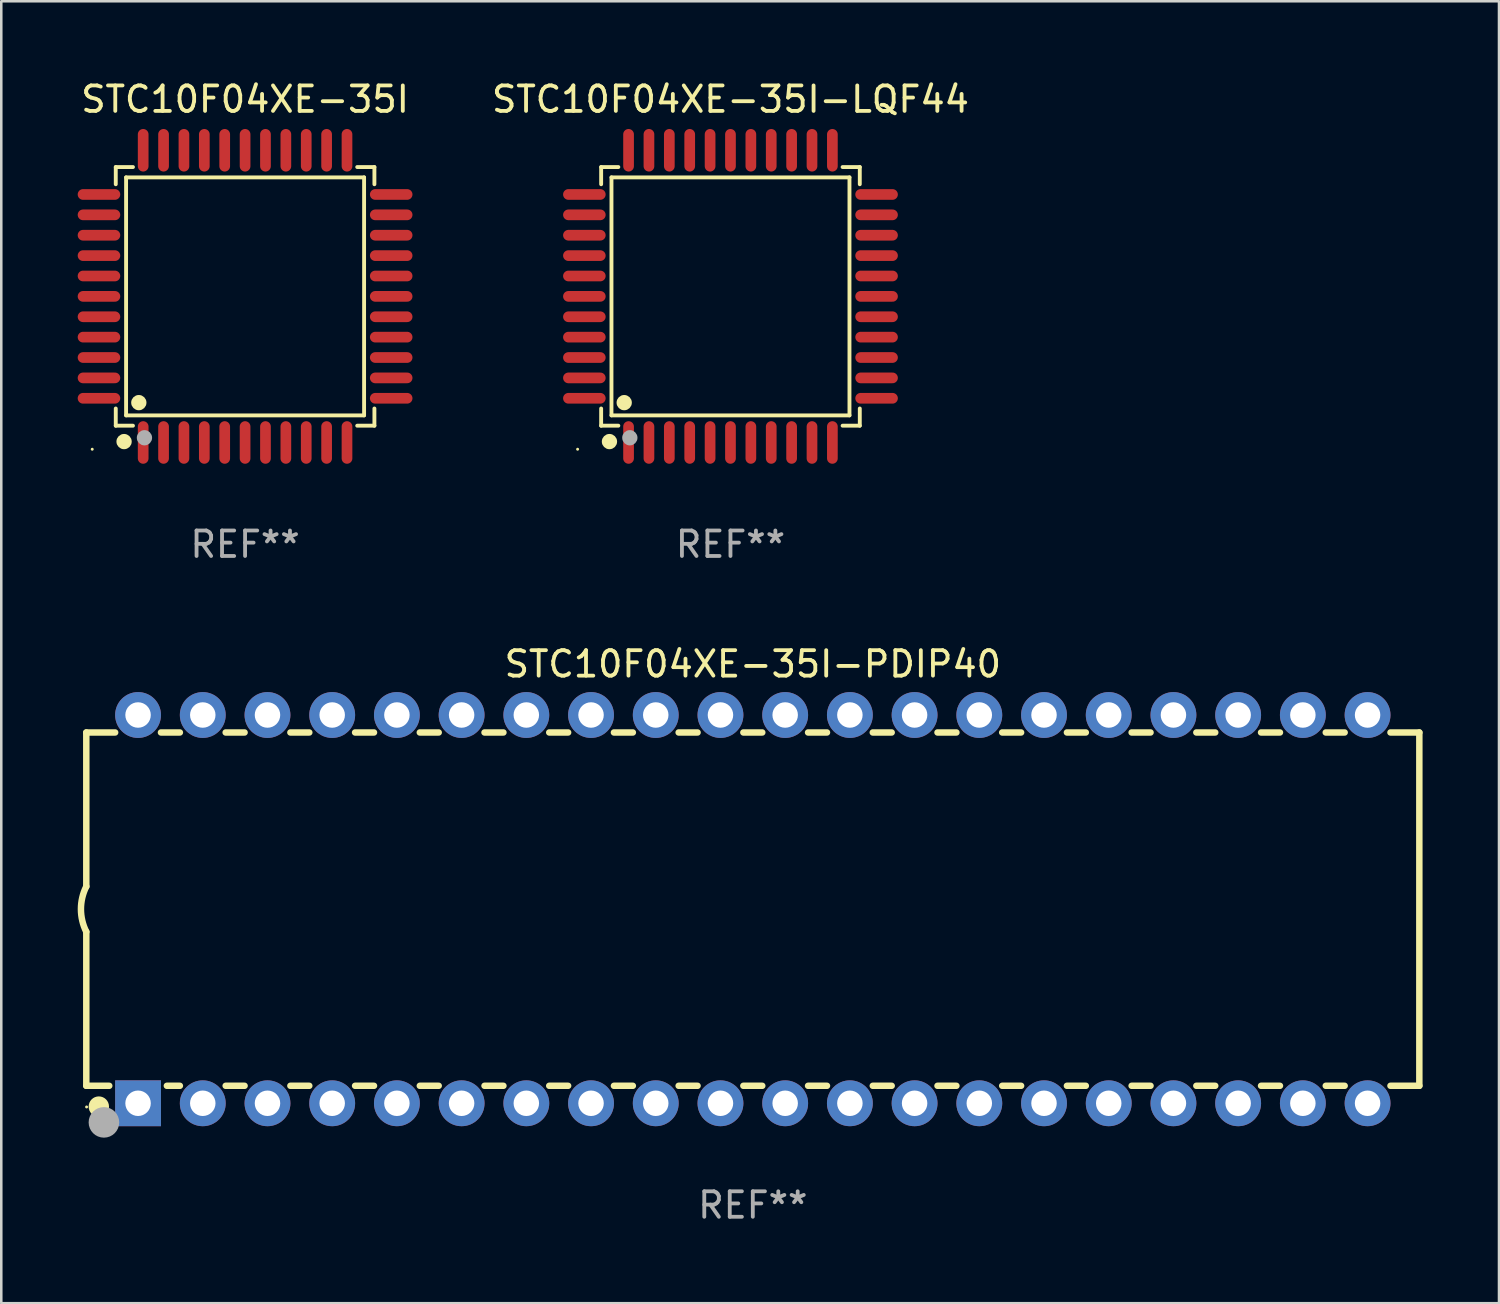
<source format=kicad_pcb>
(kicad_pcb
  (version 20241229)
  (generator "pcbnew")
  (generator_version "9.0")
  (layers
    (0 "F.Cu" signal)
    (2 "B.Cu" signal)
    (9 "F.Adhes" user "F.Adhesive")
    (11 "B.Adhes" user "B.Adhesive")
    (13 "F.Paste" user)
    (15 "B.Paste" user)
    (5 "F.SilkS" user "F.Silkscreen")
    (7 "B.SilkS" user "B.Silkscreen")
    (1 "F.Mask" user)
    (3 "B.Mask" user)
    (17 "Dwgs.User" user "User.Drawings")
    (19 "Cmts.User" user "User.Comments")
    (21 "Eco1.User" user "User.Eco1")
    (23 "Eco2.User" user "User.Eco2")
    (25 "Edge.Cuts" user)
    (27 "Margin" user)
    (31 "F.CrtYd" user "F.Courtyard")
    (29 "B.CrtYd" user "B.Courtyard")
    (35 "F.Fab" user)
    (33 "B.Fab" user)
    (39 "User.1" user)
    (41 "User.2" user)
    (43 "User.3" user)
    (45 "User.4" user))
  (footprint "STC10F04XE-35I-PDIP40"
    (layer "F.Cu")
    (at 26.499 32.635)
    (property "Reference" "STC10F04XE-35I-PDIP40" (at 0 -9.62 0) (layer "F.SilkS") (effects (font (size 1 1) (thickness 0.15))))
    (attr through_hole)
    (fp_line (start -26.162 -6.934) (end -26.162 -0.889) (stroke (width 0.254) (type solid)) (layer "F.SilkS"))
    (fp_line (start -26.162 -6.934) (end -25.029 -6.934) (stroke (width 0.254) (type solid)) (layer "F.SilkS"))
    (fp_line (start -26.162 6.934) (end -26.162 0.889) (stroke (width 0.254) (type solid)) (layer "F.SilkS"))
    (fp_line (start -26.162 6.934) (end -25.261 6.934) (stroke (width 0.254) (type solid)) (layer "F.SilkS"))
    (fp_line (start -23.231 -6.934) (end -22.489 -6.934) (stroke (width 0.254) (type solid)) (layer "F.SilkS"))
    (fp_line (start -22.999 6.934) (end -22.489 6.934) (stroke (width 0.254) (type solid)) (layer "F.SilkS"))
    (fp_line (start -20.691 -6.934) (end -19.949 -6.934) (stroke (width 0.254) (type solid)) (layer "F.SilkS"))
    (fp_line (start -20.691 6.934) (end -19.949 6.934) (stroke (width 0.254) (type solid)) (layer "F.SilkS"))
    (fp_line (start -18.151 -6.934) (end -17.409 -6.934) (stroke (width 0.254) (type solid)) (layer "F.SilkS"))
    (fp_line (start -18.151 6.934) (end -17.409 6.934) (stroke (width 0.254) (type solid)) (layer "F.SilkS"))
    (fp_line (start -15.611 -6.934) (end -14.869 -6.934) (stroke (width 0.254) (type solid)) (layer "F.SilkS"))
    (fp_line (start -15.611 6.934) (end -14.869 6.934) (stroke (width 0.254) (type solid)) (layer "F.SilkS"))
    (fp_line (start -13.071 -6.934) (end -12.329 -6.934) (stroke (width 0.254) (type solid)) (layer "F.SilkS"))
    (fp_line (start -13.071 6.934) (end -12.329 6.934) (stroke (width 0.254) (type solid)) (layer "F.SilkS"))
    (fp_line (start -10.531 -6.934) (end -9.789 -6.934) (stroke (width 0.254) (type solid)) (layer "F.SilkS"))
    (fp_line (start -10.531 6.934) (end -9.789 6.934) (stroke (width 0.254) (type solid)) (layer "F.SilkS"))
    (fp_line (start -7.991 -6.934) (end -7.249 -6.934) (stroke (width 0.254) (type solid)) (layer "F.SilkS"))
    (fp_line (start -7.991 6.934) (end -7.249 6.934) (stroke (width 0.254) (type solid)) (layer "F.SilkS"))
    (fp_line (start -5.451 -6.934) (end -4.709 -6.934) (stroke (width 0.254) (type solid)) (layer "F.SilkS"))
    (fp_line (start -5.451 6.934) (end -4.709 6.934) (stroke (width 0.254) (type solid)) (layer "F.SilkS"))
    (fp_line (start -2.911 -6.934) (end -2.169 -6.934) (stroke (width 0.254) (type solid)) (layer "F.SilkS"))
    (fp_line (start -2.911 6.934) (end -2.169 6.934) (stroke (width 0.254) (type solid)) (layer "F.SilkS"))
    (fp_line (start -0.371 -6.934) (end 0.371 -6.934) (stroke (width 0.254) (type solid)) (layer "F.SilkS"))
    (fp_line (start -0.371 6.934) (end 0.371 6.934) (stroke (width 0.254) (type solid)) (layer "F.SilkS"))
    (fp_line (start 2.169 -6.934) (end 2.911 -6.934) (stroke (width 0.254) (type solid)) (layer "F.SilkS"))
    (fp_line (start 2.169 6.934) (end 2.911 6.934) (stroke (width 0.254) (type solid)) (layer "F.SilkS"))
    (fp_line (start 4.709 -6.934) (end 5.451 -6.934) (stroke (width 0.254) (type solid)) (layer "F.SilkS"))
    (fp_line (start 4.709 6.934) (end 5.451 6.934) (stroke (width 0.254) (type solid)) (layer "F.SilkS"))
    (fp_line (start 7.249 -6.934) (end 7.991 -6.934) (stroke (width 0.254) (type solid)) (layer "F.SilkS"))
    (fp_line (start 7.249 6.934) (end 7.991 6.934) (stroke (width 0.254) (type solid)) (layer "F.SilkS"))
    (fp_line (start 9.789 -6.934) (end 10.531 -6.934) (stroke (width 0.254) (type solid)) (layer "F.SilkS"))
    (fp_line (start 9.789 6.934) (end 10.531 6.934) (stroke (width 0.254) (type solid)) (layer "F.SilkS"))
    (fp_line (start 12.329 -6.934) (end 13.071 -6.934) (stroke (width 0.254) (type solid)) (layer "F.SilkS"))
    (fp_line (start 12.329 6.934) (end 13.071 6.934) (stroke (width 0.254) (type solid)) (layer "F.SilkS"))
    (fp_line (start 14.869 -6.934) (end 15.611 -6.934) (stroke (width 0.254) (type solid)) (layer "F.SilkS"))
    (fp_line (start 14.869 6.934) (end 15.611 6.934) (stroke (width 0.254) (type solid)) (layer "F.SilkS"))
    (fp_line (start 17.409 -6.934) (end 18.151 -6.934) (stroke (width 0.254) (type solid)) (layer "F.SilkS"))
    (fp_line (start 17.409 6.934) (end 18.151 6.934) (stroke (width 0.254) (type solid)) (layer "F.SilkS"))
    (fp_line (start 19.949 -6.934) (end 20.691 -6.934) (stroke (width 0.254) (type solid)) (layer "F.SilkS"))
    (fp_line (start 19.949 6.934) (end 20.691 6.934) (stroke (width 0.254) (type solid)) (layer "F.SilkS"))
    (fp_line (start 22.489 -6.934) (end 23.231 -6.934) (stroke (width 0.254) (type solid)) (layer "F.SilkS"))
    (fp_line (start 22.489 6.934) (end 23.231 6.934) (stroke (width 0.254) (type solid)) (layer "F.SilkS"))
    (fp_line (start 25.029 -6.934) (end 26.162 -6.934) (stroke (width 0.254) (type solid)) (layer "F.SilkS"))
    (fp_line (start 25.029 6.934) (end 26.162 6.934) (stroke (width 0.254) (type solid)) (layer "F.SilkS"))
    (fp_line (start 26.162 -6.934) (end 26.162 6.934) (stroke (width 0.254) (type solid)) (layer "F.SilkS"))
    (fp_arc (start -26.162052 0.889001) (mid -26.371917 0) (end -26.162052 -0.889002) (stroke (width 0.254001) (type solid)) (layer "F.SilkS"))
    (fp_circle (center -26.15 7.765) (end -26.12 7.765) (stroke (width 0.06) (type solid)) (fill no) (layer "F.SilkS"))
    (fp_circle (center -25.67 7.75) (end -25.47 7.75) (stroke (width 0.4) (type solid)) (fill no) (layer "F.SilkS"))
    (fp_circle (center -25.47 8.37) (end -25.17 8.37) (stroke (width 0.6) (type solid)) (fill no) (layer "F.Fab"))
    (fp_text user "REF**" (at 0 11.62 0) (layer "F.Fab") (effects (font (size 1 1) (thickness 0.15))))
    (pad "1" thru_hole rect (at -24.13 7.62) (size 1.8 1.8) (drill 1) (layers "*.Cu" "*.Mask"))
    (pad "2" thru_hole circle (at -21.59 7.62) (size 1.8 1.8) (drill 1) (layers "*.Cu" "*.Mask"))
    (pad "3" thru_hole circle (at -19.05 7.62) (size 1.8 1.8) (drill 1) (layers "*.Cu" "*.Mask"))
    (pad "4" thru_hole circle (at -16.51 7.62) (size 1.8 1.8) (drill 1) (layers "*.Cu" "*.Mask"))
    (pad "5" thru_hole circle (at -13.97 7.62) (size 1.8 1.8) (drill 1) (layers "*.Cu" "*.Mask"))
    (pad "6" thru_hole circle (at -11.43 7.62) (size 1.8 1.8) (drill 1) (layers "*.Cu" "*.Mask"))
    (pad "7" thru_hole circle (at -8.89 7.62) (size 1.8 1.8) (drill 1) (layers "*.Cu" "*.Mask"))
    (pad "8" thru_hole circle (at -6.35 7.62) (size 1.8 1.8) (drill 1) (layers "*.Cu" "*.Mask"))
    (pad "9" thru_hole circle (at -3.81 7.62) (size 1.8 1.8) (drill 1) (layers "*.Cu" "*.Mask"))
    (pad "10" thru_hole circle (at -1.27 7.62) (size 1.8 1.8) (drill 1) (layers "*.Cu" "*.Mask"))
    (pad "11" thru_hole circle (at 1.27 7.62) (size 1.8 1.8) (drill 1) (layers "*.Cu" "*.Mask"))
    (pad "12" thru_hole circle (at 3.81 7.62) (size 1.8 1.8) (drill 1) (layers "*.Cu" "*.Mask"))
    (pad "13" thru_hole circle (at 6.35 7.62) (size 1.8 1.8) (drill 1) (layers "*.Cu" "*.Mask"))
    (pad "14" thru_hole circle (at 8.89 7.62) (size 1.8 1.8) (drill 1) (layers "*.Cu" "*.Mask"))
    (pad "15" thru_hole circle (at 11.43 7.62) (size 1.8 1.8) (drill 1) (layers "*.Cu" "*.Mask"))
    (pad "16" thru_hole circle (at 13.97 7.62) (size 1.8 1.8) (drill 1) (layers "*.Cu" "*.Mask"))
    (pad "17" thru_hole circle (at 16.51 7.62) (size 1.8 1.8) (drill 1) (layers "*.Cu" "*.Mask"))
    (pad "18" thru_hole circle (at 19.05 7.62) (size 1.8 1.8) (drill 1) (layers "*.Cu" "*.Mask"))
    (pad "19" thru_hole circle (at 21.59 7.62) (size 1.8 1.8) (drill 1) (layers "*.Cu" "*.Mask"))
    (pad "20" thru_hole circle (at 24.13 7.62) (size 1.8 1.8) (drill 1) (layers "*.Cu" "*.Mask"))
    (pad "21" thru_hole circle (at 24.13 -7.62) (size 1.8 1.8) (drill 1) (layers "*.Cu" "*.Mask"))
    (pad "22" thru_hole circle (at 21.59 -7.62) (size 1.8 1.8) (drill 1) (layers "*.Cu" "*.Mask"))
    (pad "23" thru_hole circle (at 19.05 -7.62) (size 1.8 1.8) (drill 1) (layers "*.Cu" "*.Mask"))
    (pad "24" thru_hole circle (at 16.51 -7.62) (size 1.8 1.8) (drill 1) (layers "*.Cu" "*.Mask"))
    (pad "25" thru_hole circle (at 13.97 -7.62) (size 1.8 1.8) (drill 1) (layers "*.Cu" "*.Mask"))
    (pad "26" thru_hole circle (at 11.43 -7.62) (size 1.8 1.8) (drill 1) (layers "*.Cu" "*.Mask"))
    (pad "27" thru_hole circle (at 8.89 -7.62) (size 1.8 1.8) (drill 1) (layers "*.Cu" "*.Mask"))
    (pad "28" thru_hole circle (at 6.35 -7.62) (size 1.8 1.8) (drill 1) (layers "*.Cu" "*.Mask"))
    (pad "29" thru_hole circle (at 3.81 -7.62) (size 1.8 1.8) (drill 1) (layers "*.Cu" "*.Mask"))
    (pad "30" thru_hole circle (at 1.27 -7.62) (size 1.8 1.8) (drill 1) (layers "*.Cu" "*.Mask"))
    (pad "31" thru_hole circle (at -1.27 -7.62) (size 1.8 1.8) (drill 1) (layers "*.Cu" "*.Mask"))
    (pad "32" thru_hole circle (at -3.81 -7.62) (size 1.8 1.8) (drill 1) (layers "*.Cu" "*.Mask"))
    (pad "33" thru_hole circle (at -6.35 -7.62) (size 1.8 1.8) (drill 1) (layers "*.Cu" "*.Mask"))
    (pad "34" thru_hole circle (at -8.89 -7.62) (size 1.8 1.8) (drill 1) (layers "*.Cu" "*.Mask"))
    (pad "35" thru_hole circle (at -11.43 -7.62) (size 1.8 1.8) (drill 1) (layers "*.Cu" "*.Mask"))
    (pad "36" thru_hole circle (at -13.97 -7.62) (size 1.8 1.8) (drill 1) (layers "*.Cu" "*.Mask"))
    (pad "37" thru_hole circle (at -16.51 -7.62) (size 1.8 1.8) (drill 1) (layers "*.Cu" "*.Mask"))
    (pad "38" thru_hole circle (at -19.05 -7.62) (size 1.8 1.8) (drill 1) (layers "*.Cu" "*.Mask"))
    (pad "39" thru_hole circle (at -21.59 -7.62) (size 1.8 1.8) (drill 1) (layers "*.Cu" "*.Mask"))
    (pad "40" thru_hole circle (at -24.13 -7.62) (size 1.8 1.8) (drill 1) (layers "*.Cu" "*.Mask")))
  (footprint "STC10F04XE-35I"
    (layer "F.Cu")
    (at 6.57 8.583)
    (property "Reference" "STC10F04XE-35I" (at 0 -7.735 0) (layer "F.SilkS") (effects (font (size 1 1) (thickness 0.15))))
    (attr through_hole)
    (fp_line (start -5.076 -5.076) (end -4.401 -5.076) (stroke (width 0.152) (type solid)) (layer "F.SilkS"))
    (fp_line (start -5.076 -4.401) (end -5.076 -5.076) (stroke (width 0.152) (type solid)) (layer "F.SilkS"))
    (fp_line (start -5.076 4.401) (end -5.076 5.076) (stroke (width 0.152) (type solid)) (layer "F.SilkS"))
    (fp_line (start -5.076 5.076) (end -4.401 5.076) (stroke (width 0.152) (type solid)) (layer "F.SilkS"))
    (fp_line (start -4.671 -4.671) (end 4.671 -4.671) (stroke (width 0.152) (type solid)) (layer "F.SilkS"))
    (fp_line (start -4.671 4.671) (end -4.671 -4.671) (stroke (width 0.152) (type solid)) (layer "F.SilkS"))
    (fp_line (start 4.671 -4.671) (end 4.671 4.671) (stroke (width 0.152) (type solid)) (layer "F.SilkS"))
    (fp_line (start 4.671 4.671) (end -4.671 4.671) (stroke (width 0.152) (type solid)) (layer "F.SilkS"))
    (fp_line (start 5.076 -5.076) (end 4.401 -5.076) (stroke (width 0.152) (type solid)) (layer "F.SilkS"))
    (fp_line (start 5.076 -4.401) (end 5.076 -5.076) (stroke (width 0.152) (type solid)) (layer "F.SilkS"))
    (fp_line (start 5.076 4.401) (end 5.076 5.076) (stroke (width 0.152) (type solid)) (layer "F.SilkS"))
    (fp_line (start 5.076 5.076) (end 4.401 5.076) (stroke (width 0.152) (type solid)) (layer "F.SilkS"))
    (fp_circle (center -6 6) (end -5.97 6) (stroke (width 0.06) (type solid)) (fill no) (layer "F.SilkS"))
    (fp_circle (center -4.75 5.7) (end -4.6 5.7) (stroke (width 0.3) (type solid)) (fill no) (layer "F.SilkS"))
    (fp_circle (center -4.171 4.171) (end -4.021 4.171) (stroke (width 0.3) (type solid)) (fill no) (layer "F.SilkS"))
    (fp_circle (center -3.95 5.55) (end -3.8 5.55) (stroke (width 0.3) (type solid)) (fill no) (layer "F.Fab"))
    (fp_text user "REF**" (at 0 9.735 0) (layer "F.Fab") (effects (font (size 1 1) (thickness 0.15))))
    (pad "1" smd oval (at -4 5.735) (size 0.42 1.67) (layers "F.Cu" "F.Mask" "F.Paste"))
    (pad "2" smd oval (at -3.2 5.735) (size 0.42 1.67) (layers "F.Cu" "F.Mask" "F.Paste"))
    (pad "3" smd oval (at -2.4 5.735) (size 0.42 1.67) (layers "F.Cu" "F.Mask" "F.Paste"))
    (pad "4" smd oval (at -1.6 5.735) (size 0.42 1.67) (layers "F.Cu" "F.Mask" "F.Paste"))
    (pad "5" smd oval (at -0.8 5.735) (size 0.42 1.67) (layers "F.Cu" "F.Mask" "F.Paste"))
    (pad "6" smd oval (at 0 5.735) (size 0.42 1.67) (layers "F.Cu" "F.Mask" "F.Paste"))
    (pad "7" smd oval (at 0.8 5.735) (size 0.42 1.67) (layers "F.Cu" "F.Mask" "F.Paste"))
    (pad "8" smd oval (at 1.6 5.735) (size 0.42 1.67) (layers "F.Cu" "F.Mask" "F.Paste"))
    (pad "9" smd oval (at 2.4 5.735) (size 0.42 1.67) (layers "F.Cu" "F.Mask" "F.Paste"))
    (pad "10" smd oval (at 3.2 5.735) (size 0.42 1.67) (layers "F.Cu" "F.Mask" "F.Paste"))
    (pad "11" smd oval (at 4 5.735) (size 0.42 1.67) (layers "F.Cu" "F.Mask" "F.Paste"))
    (pad "12" smd oval (at 5.735 4) (size 1.67 0.42) (layers "F.Cu" "F.Mask" "F.Paste"))
    (pad "13" smd oval (at 5.735 3.2) (size 1.67 0.42) (layers "F.Cu" "F.Mask" "F.Paste"))
    (pad "14" smd oval (at 5.735 2.4) (size 1.67 0.42) (layers "F.Cu" "F.Mask" "F.Paste"))
    (pad "15" smd oval (at 5.735 1.6) (size 1.67 0.42) (layers "F.Cu" "F.Mask" "F.Paste"))
    (pad "16" smd oval (at 5.735 0.8) (size 1.67 0.42) (layers "F.Cu" "F.Mask" "F.Paste"))
    (pad "17" smd oval (at 5.735 0) (size 1.67 0.42) (layers "F.Cu" "F.Mask" "F.Paste"))
    (pad "18" smd oval (at 5.735 -0.8) (size 1.67 0.42) (layers "F.Cu" "F.Mask" "F.Paste"))
    (pad "19" smd oval (at 5.735 -1.6) (size 1.67 0.42) (layers "F.Cu" "F.Mask" "F.Paste"))
    (pad "20" smd oval (at 5.735 -2.4) (size 1.67 0.42) (layers "F.Cu" "F.Mask" "F.Paste"))
    (pad "21" smd oval (at 5.735 -3.2) (size 1.67 0.42) (layers "F.Cu" "F.Mask" "F.Paste"))
    (pad "22" smd oval (at 5.735 -4) (size 1.67 0.42) (layers "F.Cu" "F.Mask" "F.Paste"))
    (pad "23" smd oval (at 4 -5.735) (size 0.42 1.67) (layers "F.Cu" "F.Mask" "F.Paste"))
    (pad "24" smd oval (at 3.2 -5.735) (size 0.42 1.67) (layers "F.Cu" "F.Mask" "F.Paste"))
    (pad "25" smd oval (at 2.4 -5.735) (size 0.42 1.67) (layers "F.Cu" "F.Mask" "F.Paste"))
    (pad "26" smd oval (at 1.6 -5.735) (size 0.42 1.67) (layers "F.Cu" "F.Mask" "F.Paste"))
    (pad "27" smd oval (at 0.8 -5.735) (size 0.42 1.67) (layers "F.Cu" "F.Mask" "F.Paste"))
    (pad "28" smd oval (at 0 -5.735) (size 0.42 1.67) (layers "F.Cu" "F.Mask" "F.Paste"))
    (pad "29" smd oval (at -0.8 -5.735) (size 0.42 1.67) (layers "F.Cu" "F.Mask" "F.Paste"))
    (pad "30" smd oval (at -1.6 -5.735) (size 0.42 1.67) (layers "F.Cu" "F.Mask" "F.Paste"))
    (pad "31" smd oval (at -2.4 -5.735) (size 0.42 1.67) (layers "F.Cu" "F.Mask" "F.Paste"))
    (pad "32" smd oval (at -3.2 -5.735) (size 0.42 1.67) (layers "F.Cu" "F.Mask" "F.Paste"))
    (pad "33" smd oval (at -4 -5.735) (size 0.42 1.67) (layers "F.Cu" "F.Mask" "F.Paste"))
    (pad "34" smd oval (at -5.735 -4) (size 1.67 0.42) (layers "F.Cu" "F.Mask" "F.Paste"))
    (pad "35" smd oval (at -5.735 -3.2) (size 1.67 0.42) (layers "F.Cu" "F.Mask" "F.Paste"))
    (pad "36" smd oval (at -5.735 -2.4) (size 1.67 0.42) (layers "F.Cu" "F.Mask" "F.Paste"))
    (pad "37" smd oval (at -5.735 -1.6) (size 1.67 0.42) (layers "F.Cu" "F.Mask" "F.Paste"))
    (pad "38" smd oval (at -5.735 -0.8) (size 1.67 0.42) (layers "F.Cu" "F.Mask" "F.Paste"))
    (pad "39" smd oval (at -5.735 0) (size 1.67 0.42) (layers "F.Cu" "F.Mask" "F.Paste"))
    (pad "40" smd oval (at -5.735 0.8) (size 1.67 0.42) (layers "F.Cu" "F.Mask" "F.Paste"))
    (pad "41" smd oval (at -5.735 1.6) (size 1.67 0.42) (layers "F.Cu" "F.Mask" "F.Paste"))
    (pad "42" smd oval (at -5.735 2.4) (size 1.67 0.42) (layers "F.Cu" "F.Mask" "F.Paste"))
    (pad "43" smd oval (at -5.735 3.2) (size 1.67 0.42) (layers "F.Cu" "F.Mask" "F.Paste"))
    (pad "44" smd oval (at -5.735 4) (size 1.67 0.42) (layers "F.Cu" "F.Mask" "F.Paste")))
  (footprint "STC10F04XE-35I-LQF44"
    (layer "F.Cu")
    (at 25.622 8.583)
    (property "Reference" "STC10F04XE-35I-LQF44" (at 0 -7.735 0) (layer "F.SilkS") (effects (font (size 1 1) (thickness 0.15))))
    (attr through_hole)
    (fp_line (start -5.076 -5.076) (end -4.401 -5.076) (stroke (width 0.152) (type solid)) (layer "F.SilkS"))
    (fp_line (start -5.076 -4.401) (end -5.076 -5.076) (stroke (width 0.152) (type solid)) (layer "F.SilkS"))
    (fp_line (start -5.076 4.401) (end -5.076 5.076) (stroke (width 0.152) (type solid)) (layer "F.SilkS"))
    (fp_line (start -5.076 5.076) (end -4.401 5.076) (stroke (width 0.152) (type solid)) (layer "F.SilkS"))
    (fp_line (start -4.671 -4.671) (end 4.671 -4.671) (stroke (width 0.152) (type solid)) (layer "F.SilkS"))
    (fp_line (start -4.671 4.671) (end -4.671 -4.671) (stroke (width 0.152) (type solid)) (layer "F.SilkS"))
    (fp_line (start 4.671 -4.671) (end 4.671 4.671) (stroke (width 0.152) (type solid)) (layer "F.SilkS"))
    (fp_line (start 4.671 4.671) (end -4.671 4.671) (stroke (width 0.152) (type solid)) (layer "F.SilkS"))
    (fp_line (start 5.076 -5.076) (end 4.401 -5.076) (stroke (width 0.152) (type solid)) (layer "F.SilkS"))
    (fp_line (start 5.076 -4.401) (end 5.076 -5.076) (stroke (width 0.152) (type solid)) (layer "F.SilkS"))
    (fp_line (start 5.076 4.401) (end 5.076 5.076) (stroke (width 0.152) (type solid)) (layer "F.SilkS"))
    (fp_line (start 5.076 5.076) (end 4.401 5.076) (stroke (width 0.152) (type solid)) (layer "F.SilkS"))
    (fp_circle (center -6 6) (end -5.97 6) (stroke (width 0.06) (type solid)) (fill no) (layer "F.SilkS"))
    (fp_circle (center -4.75 5.7) (end -4.6 5.7) (stroke (width 0.3) (type solid)) (fill no) (layer "F.SilkS"))
    (fp_circle (center -4.171 4.171) (end -4.021 4.171) (stroke (width 0.3) (type solid)) (fill no) (layer "F.SilkS"))
    (fp_circle (center -3.95 5.55) (end -3.8 5.55) (stroke (width 0.3) (type solid)) (fill no) (layer "F.Fab"))
    (fp_text user "REF**" (at 0 9.735 0) (layer "F.Fab") (effects (font (size 1 1) (thickness 0.15))))
    (pad "1" smd oval (at -4 5.735) (size 0.42 1.67) (layers "F.Cu" "F.Mask" "F.Paste"))
    (pad "2" smd oval (at -3.2 5.735) (size 0.42 1.67) (layers "F.Cu" "F.Mask" "F.Paste"))
    (pad "3" smd oval (at -2.4 5.735) (size 0.42 1.67) (layers "F.Cu" "F.Mask" "F.Paste"))
    (pad "4" smd oval (at -1.6 5.735) (size 0.42 1.67) (layers "F.Cu" "F.Mask" "F.Paste"))
    (pad "5" smd oval (at -0.8 5.735) (size 0.42 1.67) (layers "F.Cu" "F.Mask" "F.Paste"))
    (pad "6" smd oval (at 0 5.735) (size 0.42 1.67) (layers "F.Cu" "F.Mask" "F.Paste"))
    (pad "7" smd oval (at 0.8 5.735) (size 0.42 1.67) (layers "F.Cu" "F.Mask" "F.Paste"))
    (pad "8" smd oval (at 1.6 5.735) (size 0.42 1.67) (layers "F.Cu" "F.Mask" "F.Paste"))
    (pad "9" smd oval (at 2.4 5.735) (size 0.42 1.67) (layers "F.Cu" "F.Mask" "F.Paste"))
    (pad "10" smd oval (at 3.2 5.735) (size 0.42 1.67) (layers "F.Cu" "F.Mask" "F.Paste"))
    (pad "11" smd oval (at 4 5.735) (size 0.42 1.67) (layers "F.Cu" "F.Mask" "F.Paste"))
    (pad "12" smd oval (at 5.735 4) (size 1.67 0.42) (layers "F.Cu" "F.Mask" "F.Paste"))
    (pad "13" smd oval (at 5.735 3.2) (size 1.67 0.42) (layers "F.Cu" "F.Mask" "F.Paste"))
    (pad "14" smd oval (at 5.735 2.4) (size 1.67 0.42) (layers "F.Cu" "F.Mask" "F.Paste"))
    (pad "15" smd oval (at 5.735 1.6) (size 1.67 0.42) (layers "F.Cu" "F.Mask" "F.Paste"))
    (pad "16" smd oval (at 5.735 0.8) (size 1.67 0.42) (layers "F.Cu" "F.Mask" "F.Paste"))
    (pad "17" smd oval (at 5.735 0) (size 1.67 0.42) (layers "F.Cu" "F.Mask" "F.Paste"))
    (pad "18" smd oval (at 5.735 -0.8) (size 1.67 0.42) (layers "F.Cu" "F.Mask" "F.Paste"))
    (pad "19" smd oval (at 5.735 -1.6) (size 1.67 0.42) (layers "F.Cu" "F.Mask" "F.Paste"))
    (pad "20" smd oval (at 5.735 -2.4) (size 1.67 0.42) (layers "F.Cu" "F.Mask" "F.Paste"))
    (pad "21" smd oval (at 5.735 -3.2) (size 1.67 0.42) (layers "F.Cu" "F.Mask" "F.Paste"))
    (pad "22" smd oval (at 5.735 -4) (size 1.67 0.42) (layers "F.Cu" "F.Mask" "F.Paste"))
    (pad "23" smd oval (at 4 -5.735) (size 0.42 1.67) (layers "F.Cu" "F.Mask" "F.Paste"))
    (pad "24" smd oval (at 3.2 -5.735) (size 0.42 1.67) (layers "F.Cu" "F.Mask" "F.Paste"))
    (pad "25" smd oval (at 2.4 -5.735) (size 0.42 1.67) (layers "F.Cu" "F.Mask" "F.Paste"))
    (pad "26" smd oval (at 1.6 -5.735) (size 0.42 1.67) (layers "F.Cu" "F.Mask" "F.Paste"))
    (pad "27" smd oval (at 0.8 -5.735) (size 0.42 1.67) (layers "F.Cu" "F.Mask" "F.Paste"))
    (pad "28" smd oval (at 0 -5.735) (size 0.42 1.67) (layers "F.Cu" "F.Mask" "F.Paste"))
    (pad "29" smd oval (at -0.8 -5.735) (size 0.42 1.67) (layers "F.Cu" "F.Mask" "F.Paste"))
    (pad "30" smd oval (at -1.6 -5.735) (size 0.42 1.67) (layers "F.Cu" "F.Mask" "F.Paste"))
    (pad "31" smd oval (at -2.4 -5.735) (size 0.42 1.67) (layers "F.Cu" "F.Mask" "F.Paste"))
    (pad "32" smd oval (at -3.2 -5.735) (size 0.42 1.67) (layers "F.Cu" "F.Mask" "F.Paste"))
    (pad "33" smd oval (at -4 -5.735) (size 0.42 1.67) (layers "F.Cu" "F.Mask" "F.Paste"))
    (pad "34" smd oval (at -5.735 -4) (size 1.67 0.42) (layers "F.Cu" "F.Mask" "F.Paste"))
    (pad "35" smd oval (at -5.735 -3.2) (size 1.67 0.42) (layers "F.Cu" "F.Mask" "F.Paste"))
    (pad "36" smd oval (at -5.735 -2.4) (size 1.67 0.42) (layers "F.Cu" "F.Mask" "F.Paste"))
    (pad "37" smd oval (at -5.735 -1.6) (size 1.67 0.42) (layers "F.Cu" "F.Mask" "F.Paste"))
    (pad "38" smd oval (at -5.735 -0.8) (size 1.67 0.42) (layers "F.Cu" "F.Mask" "F.Paste"))
    (pad "39" smd oval (at -5.735 0) (size 1.67 0.42) (layers "F.Cu" "F.Mask" "F.Paste"))
    (pad "40" smd oval (at -5.735 0.8) (size 1.67 0.42) (layers "F.Cu" "F.Mask" "F.Paste"))
    (pad "41" smd oval (at -5.735 1.6) (size 1.67 0.42) (layers "F.Cu" "F.Mask" "F.Paste"))
    (pad "42" smd oval (at -5.735 2.4) (size 1.67 0.42) (layers "F.Cu" "F.Mask" "F.Paste"))
    (pad "43" smd oval (at -5.735 3.2) (size 1.67 0.42) (layers "F.Cu" "F.Mask" "F.Paste"))
    (pad "44" smd oval (at -5.735 4) (size 1.67 0.42) (layers "F.Cu" "F.Mask" "F.Paste")))
  (gr_rect
    (start -3 -3)
    (end 55.788 48.103)
    (stroke (width 0.1) (type default))
    (fill no)
    (layer "Edge.Cuts")))
</source>
